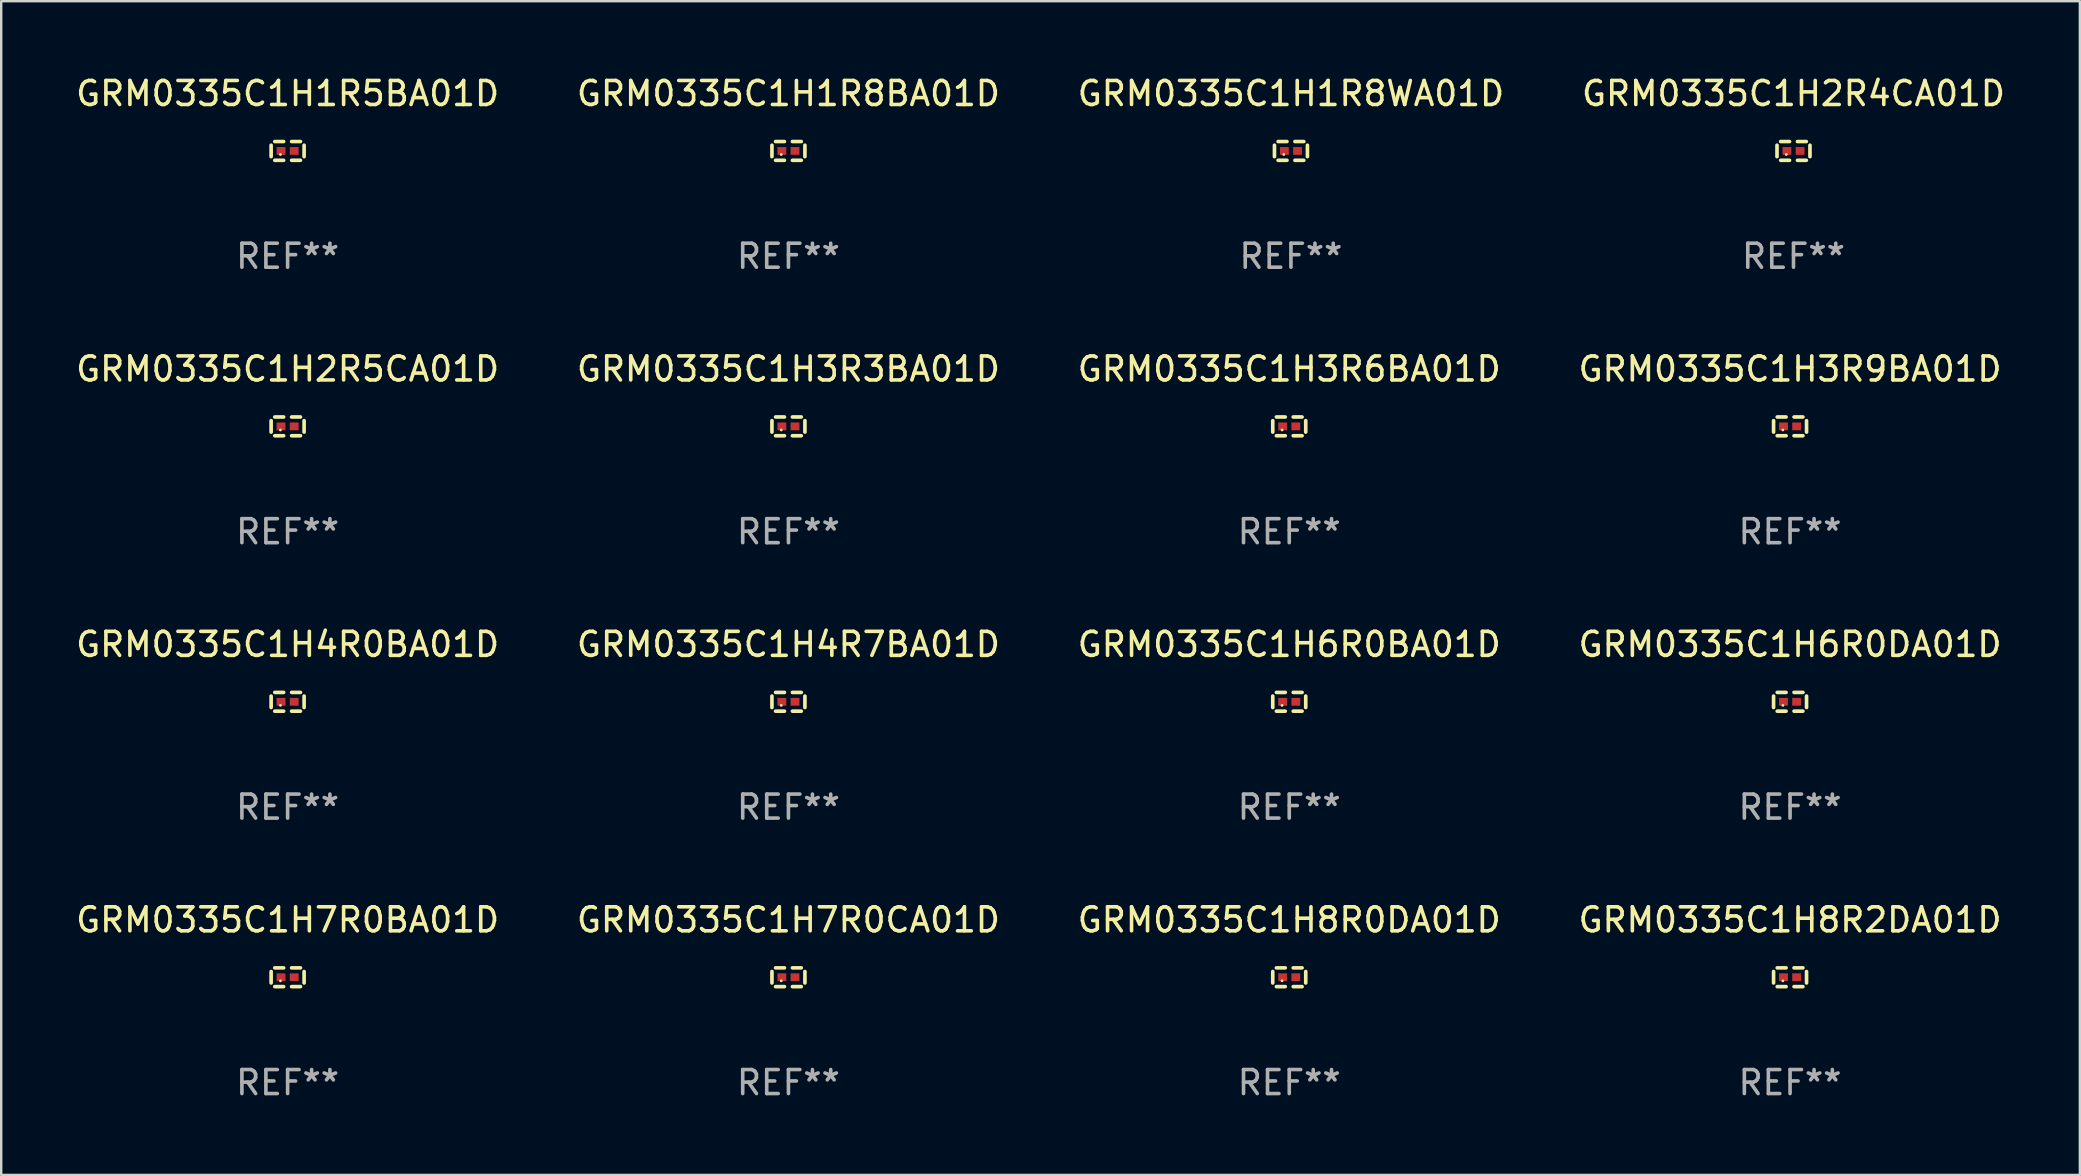
<source format=kicad_pcb>
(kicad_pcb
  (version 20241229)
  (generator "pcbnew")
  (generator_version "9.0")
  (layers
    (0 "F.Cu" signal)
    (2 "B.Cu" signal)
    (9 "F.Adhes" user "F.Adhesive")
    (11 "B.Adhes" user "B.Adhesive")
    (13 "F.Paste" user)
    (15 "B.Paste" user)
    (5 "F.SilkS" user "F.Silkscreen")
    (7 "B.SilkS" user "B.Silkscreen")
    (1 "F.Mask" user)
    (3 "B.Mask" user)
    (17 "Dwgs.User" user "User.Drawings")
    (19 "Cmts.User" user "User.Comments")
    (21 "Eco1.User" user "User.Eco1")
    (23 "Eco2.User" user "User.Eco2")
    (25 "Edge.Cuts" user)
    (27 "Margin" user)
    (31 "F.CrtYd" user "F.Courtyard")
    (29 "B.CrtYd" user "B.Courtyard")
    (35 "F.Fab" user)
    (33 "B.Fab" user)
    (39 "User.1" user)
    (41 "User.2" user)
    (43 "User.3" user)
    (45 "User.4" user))
  (footprint "GRM0335C1H8R2DA01D"
    (layer "F.Cu")
    (at 71.542 37.672)
    (property "Reference" "GRM0335C1H8R2DA01D" (at 0 -2.391 0) (layer "F.SilkS") (effects (font (size 1 1) (thickness 0.15))))
    (attr through_hole)
    (fp_line (start -0.687 0.238) (end -0.687 -0.238) (stroke (width 0.152) (type solid)) (layer "F.SilkS"))
    (fp_line (start -0.535 -0.391) (end -0.166 -0.391) (stroke (width 0.152) (type solid)) (layer "F.SilkS"))
    (fp_line (start -0.166 0.391) (end -0.535 0.391) (stroke (width 0.152) (type solid)) (layer "F.SilkS"))
    (fp_line (start 0.166 0.391) (end 0.535 0.391) (stroke (width 0.152) (type solid)) (layer "F.SilkS"))
    (fp_line (start 0.535 -0.391) (end 0.166 -0.391) (stroke (width 0.152) (type solid)) (layer "F.SilkS"))
    (fp_line (start 0.687 0.238) (end 0.687 -0.238) (stroke (width 0.152) (type solid)) (layer "F.SilkS"))
    (fp_circle (center -0.3 0.15) (end -0.27 0.15) (stroke (width 0.06) (type solid)) (fill no) (layer "F.SilkS"))
    (fp_text user "REF**" (at 0 4.391 0) (layer "F.Fab") (effects (font (size 1 1) (thickness 0.15))))
    (pad "1" smd rect (at -0.274 0) (size 0.368 0.324) (layers "F.Cu" "F.Mask" "F.Paste"))
    (pad "2" smd rect (at 0.274 0) (size 0.368 0.324) (layers "F.Cu" "F.Mask" "F.Paste")))
  (footprint "GRM0335C1H7R0BA01D"
    (layer "F.Cu")
    (at 8.935 37.672)
    (property "Reference" "GRM0335C1H7R0BA01D" (at 0 -2.391 0) (layer "F.SilkS") (effects (font (size 1 1) (thickness 0.15))))
    (attr through_hole)
    (fp_line (start -0.687 0.238) (end -0.687 -0.238) (stroke (width 0.152) (type solid)) (layer "F.SilkS"))
    (fp_line (start -0.535 -0.391) (end -0.166 -0.391) (stroke (width 0.152) (type solid)) (layer "F.SilkS"))
    (fp_line (start -0.166 0.391) (end -0.535 0.391) (stroke (width 0.152) (type solid)) (layer "F.SilkS"))
    (fp_line (start 0.166 0.391) (end 0.535 0.391) (stroke (width 0.152) (type solid)) (layer "F.SilkS"))
    (fp_line (start 0.535 -0.391) (end 0.166 -0.391) (stroke (width 0.152) (type solid)) (layer "F.SilkS"))
    (fp_line (start 0.687 0.238) (end 0.687 -0.238) (stroke (width 0.152) (type solid)) (layer "F.SilkS"))
    (fp_circle (center -0.3 0.15) (end -0.27 0.15) (stroke (width 0.06) (type solid)) (fill no) (layer "F.SilkS"))
    (fp_text user "REF**" (at 0 4.391 0) (layer "F.Fab") (effects (font (size 1 1) (thickness 0.15))))
    (pad "1" smd rect (at -0.274 0) (size 0.368 0.324) (layers "F.Cu" "F.Mask" "F.Paste"))
    (pad "2" smd rect (at 0.274 0) (size 0.368 0.324) (layers "F.Cu" "F.Mask" "F.Paste")))
  (footprint "GRM0335C1H4R7BA01D"
    (layer "F.Cu")
    (at 29.804 26.194)
    (property "Reference" "GRM0335C1H4R7BA01D" (at 0 -2.391 0) (layer "F.SilkS") (effects (font (size 1 1) (thickness 0.15))))
    (attr through_hole)
    (fp_line (start -0.687 0.238) (end -0.687 -0.238) (stroke (width 0.152) (type solid)) (layer "F.SilkS"))
    (fp_line (start -0.535 -0.391) (end -0.166 -0.391) (stroke (width 0.152) (type solid)) (layer "F.SilkS"))
    (fp_line (start -0.166 0.391) (end -0.535 0.391) (stroke (width 0.152) (type solid)) (layer "F.SilkS"))
    (fp_line (start 0.166 0.391) (end 0.535 0.391) (stroke (width 0.152) (type solid)) (layer "F.SilkS"))
    (fp_line (start 0.535 -0.391) (end 0.166 -0.391) (stroke (width 0.152) (type solid)) (layer "F.SilkS"))
    (fp_line (start 0.687 0.238) (end 0.687 -0.238) (stroke (width 0.152) (type solid)) (layer "F.SilkS"))
    (fp_circle (center -0.3 0.15) (end -0.27 0.15) (stroke (width 0.06) (type solid)) (fill no) (layer "F.SilkS"))
    (fp_text user "REF**" (at 0 4.391 0) (layer "F.Fab") (effects (font (size 1 1) (thickness 0.15))))
    (pad "1" smd rect (at -0.274 0) (size 0.368 0.324) (layers "F.Cu" "F.Mask" "F.Paste"))
    (pad "2" smd rect (at 0.274 0) (size 0.368 0.324) (layers "F.Cu" "F.Mask" "F.Paste")))
  (footprint "GRM0335C1H2R4CA01D"
    (layer "F.Cu")
    (at 71.685 3.239)
    (property "Reference" "GRM0335C1H2R4CA01D" (at 0 -2.391 0) (layer "F.SilkS") (effects (font (size 1 1) (thickness 0.15))))
    (attr through_hole)
    (fp_line (start -0.687 0.238) (end -0.687 -0.238) (stroke (width 0.152) (type solid)) (layer "F.SilkS"))
    (fp_line (start -0.535 -0.391) (end -0.166 -0.391) (stroke (width 0.152) (type solid)) (layer "F.SilkS"))
    (fp_line (start -0.166 0.391) (end -0.535 0.391) (stroke (width 0.152) (type solid)) (layer "F.SilkS"))
    (fp_line (start 0.166 0.391) (end 0.535 0.391) (stroke (width 0.152) (type solid)) (layer "F.SilkS"))
    (fp_line (start 0.535 -0.391) (end 0.166 -0.391) (stroke (width 0.152) (type solid)) (layer "F.SilkS"))
    (fp_line (start 0.687 0.238) (end 0.687 -0.238) (stroke (width 0.152) (type solid)) (layer "F.SilkS"))
    (fp_circle (center -0.3 0.15) (end -0.27 0.15) (stroke (width 0.06) (type solid)) (fill no) (layer "F.SilkS"))
    (fp_text user "REF**" (at 0 4.391 0) (layer "F.Fab") (effects (font (size 1 1) (thickness 0.15))))
    (pad "1" smd rect (at -0.274 0) (size 0.368 0.324) (layers "F.Cu" "F.Mask" "F.Paste"))
    (pad "2" smd rect (at 0.274 0) (size 0.368 0.324) (layers "F.Cu" "F.Mask" "F.Paste")))
  (footprint "GRM0335C1H3R3BA01D"
    (layer "F.Cu")
    (at 29.804 14.717)
    (property "Reference" "GRM0335C1H3R3BA01D" (at 0 -2.391 0) (layer "F.SilkS") (effects (font (size 1 1) (thickness 0.15))))
    (attr through_hole)
    (fp_line (start -0.687 0.238) (end -0.687 -0.238) (stroke (width 0.152) (type solid)) (layer "F.SilkS"))
    (fp_line (start -0.535 -0.391) (end -0.166 -0.391) (stroke (width 0.152) (type solid)) (layer "F.SilkS"))
    (fp_line (start -0.166 0.391) (end -0.535 0.391) (stroke (width 0.152) (type solid)) (layer "F.SilkS"))
    (fp_line (start 0.166 0.391) (end 0.535 0.391) (stroke (width 0.152) (type solid)) (layer "F.SilkS"))
    (fp_line (start 0.535 -0.391) (end 0.166 -0.391) (stroke (width 0.152) (type solid)) (layer "F.SilkS"))
    (fp_line (start 0.687 0.238) (end 0.687 -0.238) (stroke (width 0.152) (type solid)) (layer "F.SilkS"))
    (fp_circle (center -0.3 0.15) (end -0.27 0.15) (stroke (width 0.06) (type solid)) (fill no) (layer "F.SilkS"))
    (fp_text user "REF**" (at 0 4.391 0) (layer "F.Fab") (effects (font (size 1 1) (thickness 0.15))))
    (pad "1" smd rect (at -0.274 0) (size 0.368 0.324) (layers "F.Cu" "F.Mask" "F.Paste"))
    (pad "2" smd rect (at 0.274 0) (size 0.368 0.324) (layers "F.Cu" "F.Mask" "F.Paste")))
  (footprint "GRM0335C1H1R8BA01D"
    (layer "F.Cu")
    (at 29.804 3.239)
    (property "Reference" "GRM0335C1H1R8BA01D" (at 0 -2.391 0) (layer "F.SilkS") (effects (font (size 1 1) (thickness 0.15))))
    (attr through_hole)
    (fp_line (start -0.687 0.238) (end -0.687 -0.238) (stroke (width 0.152) (type solid)) (layer "F.SilkS"))
    (fp_line (start -0.535 -0.391) (end -0.166 -0.391) (stroke (width 0.152) (type solid)) (layer "F.SilkS"))
    (fp_line (start -0.166 0.391) (end -0.535 0.391) (stroke (width 0.152) (type solid)) (layer "F.SilkS"))
    (fp_line (start 0.166 0.391) (end 0.535 0.391) (stroke (width 0.152) (type solid)) (layer "F.SilkS"))
    (fp_line (start 0.535 -0.391) (end 0.166 -0.391) (stroke (width 0.152) (type solid)) (layer "F.SilkS"))
    (fp_line (start 0.687 0.238) (end 0.687 -0.238) (stroke (width 0.152) (type solid)) (layer "F.SilkS"))
    (fp_circle (center -0.3 0.15) (end -0.27 0.15) (stroke (width 0.06) (type solid)) (fill no) (layer "F.SilkS"))
    (fp_text user "REF**" (at 0 4.391 0) (layer "F.Fab") (effects (font (size 1 1) (thickness 0.15))))
    (pad "1" smd rect (at -0.274 0) (size 0.368 0.324) (layers "F.Cu" "F.Mask" "F.Paste"))
    (pad "2" smd rect (at 0.274 0) (size 0.368 0.324) (layers "F.Cu" "F.Mask" "F.Paste")))
  (footprint "GRM0335C1H7R0CA01D"
    (layer "F.Cu")
    (at 29.804 37.672)
    (property "Reference" "GRM0335C1H7R0CA01D" (at 0 -2.391 0) (layer "F.SilkS") (effects (font (size 1 1) (thickness 0.15))))
    (attr through_hole)
    (fp_line (start -0.687 0.238) (end -0.687 -0.238) (stroke (width 0.152) (type solid)) (layer "F.SilkS"))
    (fp_line (start -0.535 -0.391) (end -0.166 -0.391) (stroke (width 0.152) (type solid)) (layer "F.SilkS"))
    (fp_line (start -0.166 0.391) (end -0.535 0.391) (stroke (width 0.152) (type solid)) (layer "F.SilkS"))
    (fp_line (start 0.166 0.391) (end 0.535 0.391) (stroke (width 0.152) (type solid)) (layer "F.SilkS"))
    (fp_line (start 0.535 -0.391) (end 0.166 -0.391) (stroke (width 0.152) (type solid)) (layer "F.SilkS"))
    (fp_line (start 0.687 0.238) (end 0.687 -0.238) (stroke (width 0.152) (type solid)) (layer "F.SilkS"))
    (fp_circle (center -0.3 0.15) (end -0.27 0.15) (stroke (width 0.06) (type solid)) (fill no) (layer "F.SilkS"))
    (fp_text user "REF**" (at 0 4.391 0) (layer "F.Fab") (effects (font (size 1 1) (thickness 0.15))))
    (pad "1" smd rect (at -0.274 0) (size 0.368 0.324) (layers "F.Cu" "F.Mask" "F.Paste"))
    (pad "2" smd rect (at 0.274 0) (size 0.368 0.324) (layers "F.Cu" "F.Mask" "F.Paste")))
  (footprint "GRM0335C1H4R0BA01D"
    (layer "F.Cu")
    (at 8.935 26.194)
    (property "Reference" "GRM0335C1H4R0BA01D" (at 0 -2.391 0) (layer "F.SilkS") (effects (font (size 1 1) (thickness 0.15))))
    (attr through_hole)
    (fp_line (start -0.687 0.238) (end -0.687 -0.238) (stroke (width 0.152) (type solid)) (layer "F.SilkS"))
    (fp_line (start -0.535 -0.391) (end -0.166 -0.391) (stroke (width 0.152) (type solid)) (layer "F.SilkS"))
    (fp_line (start -0.166 0.391) (end -0.535 0.391) (stroke (width 0.152) (type solid)) (layer "F.SilkS"))
    (fp_line (start 0.166 0.391) (end 0.535 0.391) (stroke (width 0.152) (type solid)) (layer "F.SilkS"))
    (fp_line (start 0.535 -0.391) (end 0.166 -0.391) (stroke (width 0.152) (type solid)) (layer "F.SilkS"))
    (fp_line (start 0.687 0.238) (end 0.687 -0.238) (stroke (width 0.152) (type solid)) (layer "F.SilkS"))
    (fp_circle (center -0.3 0.15) (end -0.27 0.15) (stroke (width 0.06) (type solid)) (fill no) (layer "F.SilkS"))
    (fp_text user "REF**" (at 0 4.391 0) (layer "F.Fab") (effects (font (size 1 1) (thickness 0.15))))
    (pad "1" smd rect (at -0.274 0) (size 0.368 0.324) (layers "F.Cu" "F.Mask" "F.Paste"))
    (pad "2" smd rect (at 0.274 0) (size 0.368 0.324) (layers "F.Cu" "F.Mask" "F.Paste")))
  (footprint "GRM0335C1H8R0DA01D"
    (layer "F.Cu")
    (at 50.673 37.672)
    (property "Reference" "GRM0335C1H8R0DA01D" (at 0 -2.391 0) (layer "F.SilkS") (effects (font (size 1 1) (thickness 0.15))))
    (attr through_hole)
    (fp_line (start -0.687 0.238) (end -0.687 -0.238) (stroke (width 0.152) (type solid)) (layer "F.SilkS"))
    (fp_line (start -0.535 -0.391) (end -0.166 -0.391) (stroke (width 0.152) (type solid)) (layer "F.SilkS"))
    (fp_line (start -0.166 0.391) (end -0.535 0.391) (stroke (width 0.152) (type solid)) (layer "F.SilkS"))
    (fp_line (start 0.166 0.391) (end 0.535 0.391) (stroke (width 0.152) (type solid)) (layer "F.SilkS"))
    (fp_line (start 0.535 -0.391) (end 0.166 -0.391) (stroke (width 0.152) (type solid)) (layer "F.SilkS"))
    (fp_line (start 0.687 0.238) (end 0.687 -0.238) (stroke (width 0.152) (type solid)) (layer "F.SilkS"))
    (fp_circle (center -0.3 0.15) (end -0.27 0.15) (stroke (width 0.06) (type solid)) (fill no) (layer "F.SilkS"))
    (fp_text user "REF**" (at 0 4.391 0) (layer "F.Fab") (effects (font (size 1 1) (thickness 0.15))))
    (pad "1" smd rect (at -0.274 0) (size 0.368 0.324) (layers "F.Cu" "F.Mask" "F.Paste"))
    (pad "2" smd rect (at 0.274 0) (size 0.368 0.324) (layers "F.Cu" "F.Mask" "F.Paste")))
  (footprint "GRM0335C1H3R6BA01D"
    (layer "F.Cu")
    (at 50.673 14.717)
    (property "Reference" "GRM0335C1H3R6BA01D" (at 0 -2.391 0) (layer "F.SilkS") (effects (font (size 1 1) (thickness 0.15))))
    (attr through_hole)
    (fp_line (start -0.687 0.238) (end -0.687 -0.238) (stroke (width 0.152) (type solid)) (layer "F.SilkS"))
    (fp_line (start -0.535 -0.391) (end -0.166 -0.391) (stroke (width 0.152) (type solid)) (layer "F.SilkS"))
    (fp_line (start -0.166 0.391) (end -0.535 0.391) (stroke (width 0.152) (type solid)) (layer "F.SilkS"))
    (fp_line (start 0.166 0.391) (end 0.535 0.391) (stroke (width 0.152) (type solid)) (layer "F.SilkS"))
    (fp_line (start 0.535 -0.391) (end 0.166 -0.391) (stroke (width 0.152) (type solid)) (layer "F.SilkS"))
    (fp_line (start 0.687 0.238) (end 0.687 -0.238) (stroke (width 0.152) (type solid)) (layer "F.SilkS"))
    (fp_circle (center -0.3 0.15) (end -0.27 0.15) (stroke (width 0.06) (type solid)) (fill no) (layer "F.SilkS"))
    (fp_text user "REF**" (at 0 4.391 0) (layer "F.Fab") (effects (font (size 1 1) (thickness 0.15))))
    (pad "1" smd rect (at -0.274 0) (size 0.368 0.324) (layers "F.Cu" "F.Mask" "F.Paste"))
    (pad "2" smd rect (at 0.274 0) (size 0.368 0.324) (layers "F.Cu" "F.Mask" "F.Paste")))
  (footprint "GRM0335C1H2R5CA01D"
    (layer "F.Cu")
    (at 8.935 14.717)
    (property "Reference" "GRM0335C1H2R5CA01D" (at 0 -2.391 0) (layer "F.SilkS") (effects (font (size 1 1) (thickness 0.15))))
    (attr through_hole)
    (fp_line (start -0.687 0.238) (end -0.687 -0.238) (stroke (width 0.152) (type solid)) (layer "F.SilkS"))
    (fp_line (start -0.535 -0.391) (end -0.166 -0.391) (stroke (width 0.152) (type solid)) (layer "F.SilkS"))
    (fp_line (start -0.166 0.391) (end -0.535 0.391) (stroke (width 0.152) (type solid)) (layer "F.SilkS"))
    (fp_line (start 0.166 0.391) (end 0.535 0.391) (stroke (width 0.152) (type solid)) (layer "F.SilkS"))
    (fp_line (start 0.535 -0.391) (end 0.166 -0.391) (stroke (width 0.152) (type solid)) (layer "F.SilkS"))
    (fp_line (start 0.687 0.238) (end 0.687 -0.238) (stroke (width 0.152) (type solid)) (layer "F.SilkS"))
    (fp_circle (center -0.3 0.15) (end -0.27 0.15) (stroke (width 0.06) (type solid)) (fill no) (layer "F.SilkS"))
    (fp_text user "REF**" (at 0 4.391 0) (layer "F.Fab") (effects (font (size 1 1) (thickness 0.15))))
    (pad "1" smd rect (at -0.274 0) (size 0.368 0.324) (layers "F.Cu" "F.Mask" "F.Paste"))
    (pad "2" smd rect (at 0.274 0) (size 0.368 0.324) (layers "F.Cu" "F.Mask" "F.Paste")))
  (footprint "GRM0335C1H1R5BA01D"
    (layer "F.Cu")
    (at 8.935 3.239)
    (property "Reference" "GRM0335C1H1R5BA01D" (at 0 -2.391 0) (layer "F.SilkS") (effects (font (size 1 1) (thickness 0.15))))
    (attr through_hole)
    (fp_line (start -0.687 0.238) (end -0.687 -0.238) (stroke (width 0.152) (type solid)) (layer "F.SilkS"))
    (fp_line (start -0.535 -0.391) (end -0.166 -0.391) (stroke (width 0.152) (type solid)) (layer "F.SilkS"))
    (fp_line (start -0.166 0.391) (end -0.535 0.391) (stroke (width 0.152) (type solid)) (layer "F.SilkS"))
    (fp_line (start 0.166 0.391) (end 0.535 0.391) (stroke (width 0.152) (type solid)) (layer "F.SilkS"))
    (fp_line (start 0.535 -0.391) (end 0.166 -0.391) (stroke (width 0.152) (type solid)) (layer "F.SilkS"))
    (fp_line (start 0.687 0.238) (end 0.687 -0.238) (stroke (width 0.152) (type solid)) (layer "F.SilkS"))
    (fp_circle (center -0.3 0.15) (end -0.27 0.15) (stroke (width 0.06) (type solid)) (fill no) (layer "F.SilkS"))
    (fp_text user "REF**" (at 0 4.391 0) (layer "F.Fab") (effects (font (size 1 1) (thickness 0.15))))
    (pad "1" smd rect (at -0.274 0) (size 0.368 0.324) (layers "F.Cu" "F.Mask" "F.Paste"))
    (pad "2" smd rect (at 0.274 0) (size 0.368 0.324) (layers "F.Cu" "F.Mask" "F.Paste")))
  (footprint "GRM0335C1H6R0BA01D"
    (layer "F.Cu")
    (at 50.673 26.194)
    (property "Reference" "GRM0335C1H6R0BA01D" (at 0 -2.391 0) (layer "F.SilkS") (effects (font (size 1 1) (thickness 0.15))))
    (attr through_hole)
    (fp_line (start -0.687 0.238) (end -0.687 -0.238) (stroke (width 0.152) (type solid)) (layer "F.SilkS"))
    (fp_line (start -0.535 -0.391) (end -0.166 -0.391) (stroke (width 0.152) (type solid)) (layer "F.SilkS"))
    (fp_line (start -0.166 0.391) (end -0.535 0.391) (stroke (width 0.152) (type solid)) (layer "F.SilkS"))
    (fp_line (start 0.166 0.391) (end 0.535 0.391) (stroke (width 0.152) (type solid)) (layer "F.SilkS"))
    (fp_line (start 0.535 -0.391) (end 0.166 -0.391) (stroke (width 0.152) (type solid)) (layer "F.SilkS"))
    (fp_line (start 0.687 0.238) (end 0.687 -0.238) (stroke (width 0.152) (type solid)) (layer "F.SilkS"))
    (fp_circle (center -0.3 0.15) (end -0.27 0.15) (stroke (width 0.06) (type solid)) (fill no) (layer "F.SilkS"))
    (fp_text user "REF**" (at 0 4.391 0) (layer "F.Fab") (effects (font (size 1 1) (thickness 0.15))))
    (pad "1" smd rect (at -0.274 0) (size 0.368 0.324) (layers "F.Cu" "F.Mask" "F.Paste"))
    (pad "2" smd rect (at 0.274 0) (size 0.368 0.324) (layers "F.Cu" "F.Mask" "F.Paste")))
  (footprint "GRM0335C1H3R9BA01D"
    (layer "F.Cu")
    (at 71.542 14.717)
    (property "Reference" "GRM0335C1H3R9BA01D" (at 0 -2.391 0) (layer "F.SilkS") (effects (font (size 1 1) (thickness 0.15))))
    (attr through_hole)
    (fp_line (start -0.687 0.238) (end -0.687 -0.238) (stroke (width 0.152) (type solid)) (layer "F.SilkS"))
    (fp_line (start -0.535 -0.391) (end -0.166 -0.391) (stroke (width 0.152) (type solid)) (layer "F.SilkS"))
    (fp_line (start -0.166 0.391) (end -0.535 0.391) (stroke (width 0.152) (type solid)) (layer "F.SilkS"))
    (fp_line (start 0.166 0.391) (end 0.535 0.391) (stroke (width 0.152) (type solid)) (layer "F.SilkS"))
    (fp_line (start 0.535 -0.391) (end 0.166 -0.391) (stroke (width 0.152) (type solid)) (layer "F.SilkS"))
    (fp_line (start 0.687 0.238) (end 0.687 -0.238) (stroke (width 0.152) (type solid)) (layer "F.SilkS"))
    (fp_circle (center -0.3 0.15) (end -0.27 0.15) (stroke (width 0.06) (type solid)) (fill no) (layer "F.SilkS"))
    (fp_text user "REF**" (at 0 4.391 0) (layer "F.Fab") (effects (font (size 1 1) (thickness 0.15))))
    (pad "1" smd rect (at -0.274 0) (size 0.368 0.324) (layers "F.Cu" "F.Mask" "F.Paste"))
    (pad "2" smd rect (at 0.274 0) (size 0.368 0.324) (layers "F.Cu" "F.Mask" "F.Paste")))
  (footprint "GRM0335C1H6R0DA01D"
    (layer "F.Cu")
    (at 71.542 26.194)
    (property "Reference" "GRM0335C1H6R0DA01D" (at 0 -2.391 0) (layer "F.SilkS") (effects (font (size 1 1) (thickness 0.15))))
    (attr through_hole)
    (fp_line (start -0.687 0.238) (end -0.687 -0.238) (stroke (width 0.152) (type solid)) (layer "F.SilkS"))
    (fp_line (start -0.535 -0.391) (end -0.166 -0.391) (stroke (width 0.152) (type solid)) (layer "F.SilkS"))
    (fp_line (start -0.166 0.391) (end -0.535 0.391) (stroke (width 0.152) (type solid)) (layer "F.SilkS"))
    (fp_line (start 0.166 0.391) (end 0.535 0.391) (stroke (width 0.152) (type solid)) (layer "F.SilkS"))
    (fp_line (start 0.535 -0.391) (end 0.166 -0.391) (stroke (width 0.152) (type solid)) (layer "F.SilkS"))
    (fp_line (start 0.687 0.238) (end 0.687 -0.238) (stroke (width 0.152) (type solid)) (layer "F.SilkS"))
    (fp_circle (center -0.3 0.15) (end -0.27 0.15) (stroke (width 0.06) (type solid)) (fill no) (layer "F.SilkS"))
    (fp_text user "REF**" (at 0 4.391 0) (layer "F.Fab") (effects (font (size 1 1) (thickness 0.15))))
    (pad "1" smd rect (at -0.274 0) (size 0.368 0.324) (layers "F.Cu" "F.Mask" "F.Paste"))
    (pad "2" smd rect (at 0.274 0) (size 0.368 0.324) (layers "F.Cu" "F.Mask" "F.Paste")))
  (footprint "GRM0335C1H1R8WA01D"
    (layer "F.Cu")
    (at 50.744 3.239)
    (property "Reference" "GRM0335C1H1R8WA01D" (at 0 -2.391 0) (layer "F.SilkS") (effects (font (size 1 1) (thickness 0.15))))
    (attr through_hole)
    (fp_line (start -0.687 0.238) (end -0.687 -0.238) (stroke (width 0.152) (type solid)) (layer "F.SilkS"))
    (fp_line (start -0.535 -0.391) (end -0.166 -0.391) (stroke (width 0.152) (type solid)) (layer "F.SilkS"))
    (fp_line (start -0.166 0.391) (end -0.535 0.391) (stroke (width 0.152) (type solid)) (layer "F.SilkS"))
    (fp_line (start 0.166 0.391) (end 0.535 0.391) (stroke (width 0.152) (type solid)) (layer "F.SilkS"))
    (fp_line (start 0.535 -0.391) (end 0.166 -0.391) (stroke (width 0.152) (type solid)) (layer "F.SilkS"))
    (fp_line (start 0.687 0.238) (end 0.687 -0.238) (stroke (width 0.152) (type solid)) (layer "F.SilkS"))
    (fp_circle (center -0.3 0.15) (end -0.27 0.15) (stroke (width 0.06) (type solid)) (fill no) (layer "F.SilkS"))
    (fp_text user "REF**" (at 0 4.391 0) (layer "F.Fab") (effects (font (size 1 1) (thickness 0.15))))
    (pad "1" smd rect (at -0.274 0) (size 0.368 0.324) (layers "F.Cu" "F.Mask" "F.Paste"))
    (pad "2" smd rect (at 0.274 0) (size 0.368 0.324) (layers "F.Cu" "F.Mask" "F.Paste")))
  (gr_rect
    (start -3 -3)
    (end 83.619 45.911)
    (stroke (width 0.1) (type default))
    (fill no)
    (layer "Edge.Cuts")))
</source>
